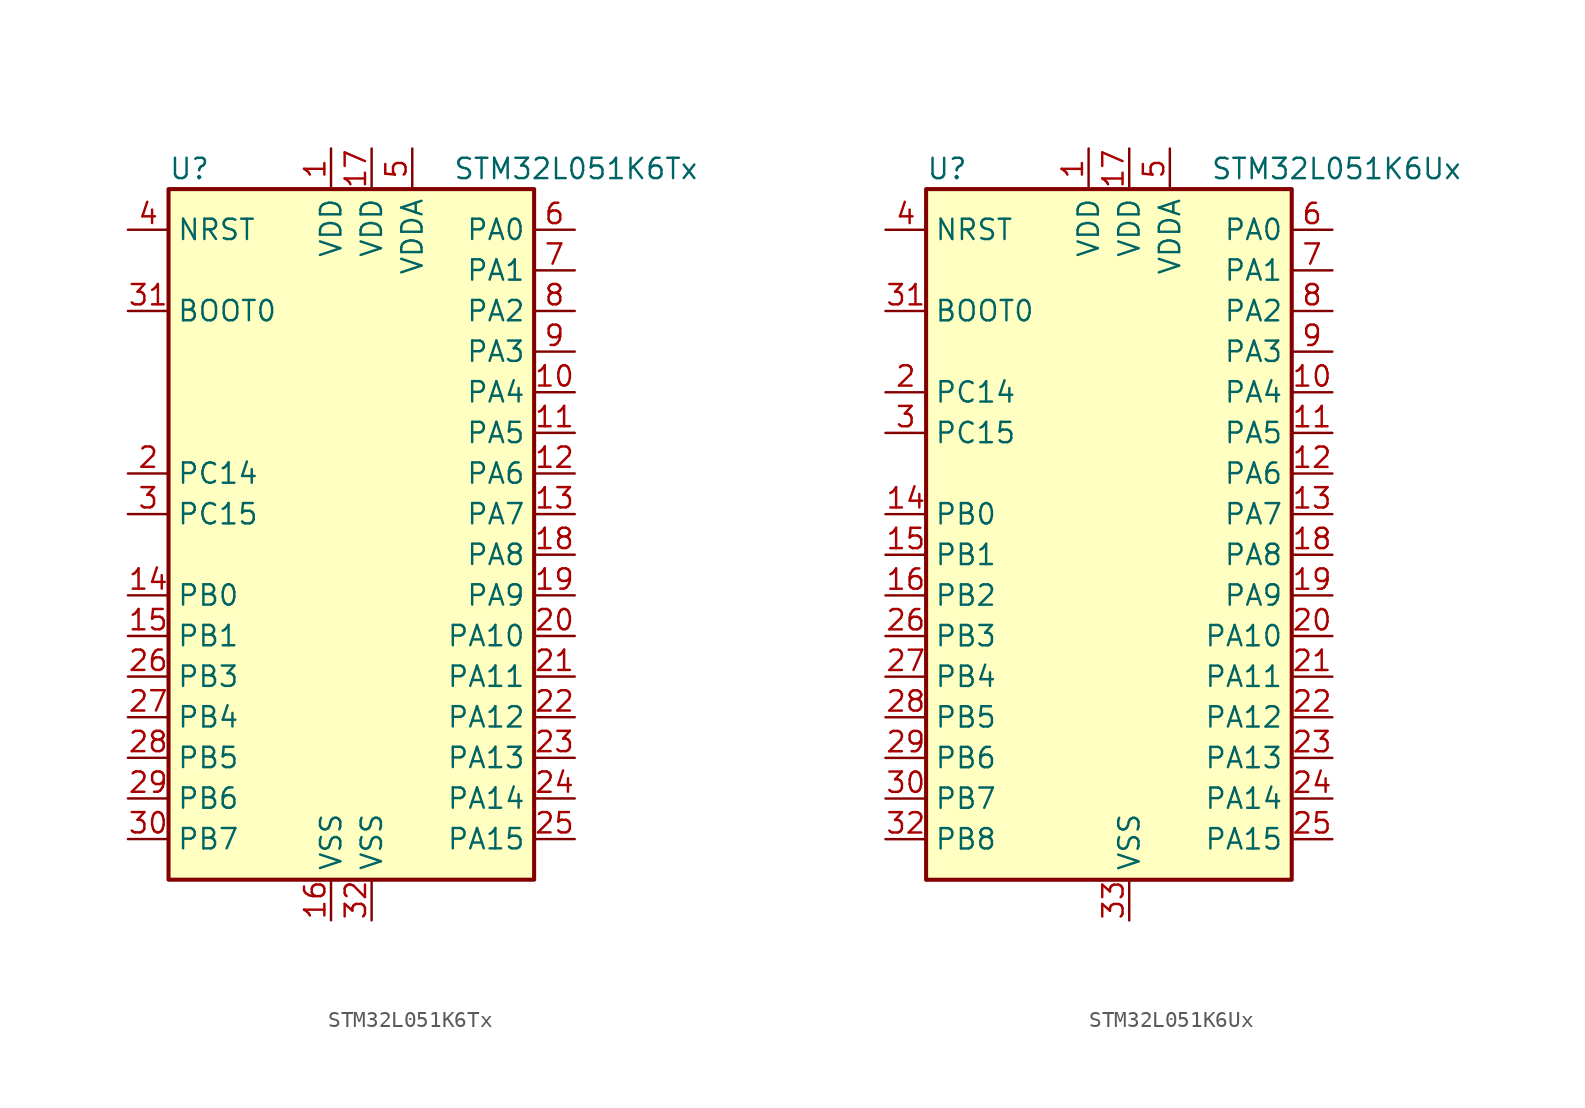
<source format=kicad_sym>
(kicad_symbol_lib
  (version 20211014)
  (generator kicad_symbol_editor)
  (symbol "STM32L051K6Tx"
    (property "Reference" "U"
      (at -12.7 21.59 0)
      (effects (font (size 1.27 1.27)) (justify left)))
    (property "Value" "STM32L051K6Tx"
      (at 5.08 21.59 0)
      (effects (font (size 1.27 1.27)) (justify left)))
    (symbol "STM32L051K6Tx_0_1"
      (rectangle (start -12.7 -22.86) (end 10.16 20.32) (stroke (width 0.254) (type default) (color 0 0 0 0)) (fill (type background))))
    (symbol "STM32L051K6Tx_1_1"
      (pin power_in line (at -2.54 22.86 270) (length 2.54) (name "VDD" (effects (font (size 1.27 1.27)))) (number "1" (effects (font (size 1.27 1.27)))))
      (pin bidirectional line (at 12.7 7.62 180) (length 2.54) (name "PA4" (effects (font (size 1.27 1.27)))) (number "10" (effects (font (size 1.27 1.27)))))
      (pin bidirectional line (at 12.7 5.08 180) (length 2.54) (name "PA5" (effects (font (size 1.27 1.27)))) (number "11" (effects (font (size 1.27 1.27)))))
      (pin bidirectional line (at 12.7 2.54 180) (length 2.54) (name "PA6" (effects (font (size 1.27 1.27)))) (number "12" (effects (font (size 1.27 1.27)))))
      (pin bidirectional line (at 12.7 0 180) (length 2.54) (name "PA7" (effects (font (size 1.27 1.27)))) (number "13" (effects (font (size 1.27 1.27)))))
      (pin bidirectional line (at -15.24 -5.08 0) (length 2.54) (name "PB0" (effects (font (size 1.27 1.27)))) (number "14" (effects (font (size 1.27 1.27)))))
      (pin bidirectional line (at -15.24 -7.62 0) (length 2.54) (name "PB1" (effects (font (size 1.27 1.27)))) (number "15" (effects (font (size 1.27 1.27)))))
      (pin power_in line (at -2.54 -25.4 90) (length 2.54) (name "VSS" (effects (font (size 1.27 1.27)))) (number "16" (effects (font (size 1.27 1.27)))))
      (pin power_in line (at 0 22.86 270) (length 2.54) (name "VDD" (effects (font (size 1.27 1.27)))) (number "17" (effects (font (size 1.27 1.27)))))
      (pin bidirectional line (at 12.7 -2.54 180) (length 2.54) (name "PA8" (effects (font (size 1.27 1.27)))) (number "18" (effects (font (size 1.27 1.27)))))
      (pin bidirectional line (at 12.7 -5.08 180) (length 2.54) (name "PA9" (effects (font (size 1.27 1.27)))) (number "19" (effects (font (size 1.27 1.27)))))
      (pin bidirectional line (at -15.24 2.54 0) (length 2.54) (name "PC14" (effects (font (size 1.27 1.27)))) (number "2" (effects (font (size 1.27 1.27)))))
      (pin bidirectional line (at 12.7 -7.62 180) (length 2.54) (name "PA10" (effects (font (size 1.27 1.27)))) (number "20" (effects (font (size 1.27 1.27)))))
      (pin bidirectional line (at 12.7 -10.16 180) (length 2.54) (name "PA11" (effects (font (size 1.27 1.27)))) (number "21" (effects (font (size 1.27 1.27)))))
      (pin bidirectional line (at 12.7 -12.7 180) (length 2.54) (name "PA12" (effects (font (size 1.27 1.27)))) (number "22" (effects (font (size 1.27 1.27)))))
      (pin bidirectional line (at 12.7 -15.24 180) (length 2.54) (name "PA13" (effects (font (size 1.27 1.27)))) (number "23" (effects (font (size 1.27 1.27)))))
      (pin bidirectional line (at 12.7 -17.78 180) (length 2.54) (name "PA14" (effects (font (size 1.27 1.27)))) (number "24" (effects (font (size 1.27 1.27)))))
      (pin bidirectional line (at 12.7 -20.32 180) (length 2.54) (name "PA15" (effects (font (size 1.27 1.27)))) (number "25" (effects (font (size 1.27 1.27)))))
      (pin bidirectional line (at -15.24 -10.16 0) (length 2.54) (name "PB3" (effects (font (size 1.27 1.27)))) (number "26" (effects (font (size 1.27 1.27)))))
      (pin bidirectional line (at -15.24 -12.7 0) (length 2.54) (name "PB4" (effects (font (size 1.27 1.27)))) (number "27" (effects (font (size 1.27 1.27)))))
      (pin bidirectional line (at -15.24 -15.24 0) (length 2.54) (name "PB5" (effects (font (size 1.27 1.27)))) (number "28" (effects (font (size 1.27 1.27)))))
      (pin bidirectional line (at -15.24 -17.78 0) (length 2.54) (name "PB6" (effects (font (size 1.27 1.27)))) (number "29" (effects (font (size 1.27 1.27)))))
      (pin bidirectional line (at -15.24 0 0) (length 2.54) (name "PC15" (effects (font (size 1.27 1.27)))) (number "3" (effects (font (size 1.27 1.27)))))
      (pin bidirectional line (at -15.24 -20.32 0) (length 2.54) (name "PB7" (effects (font (size 1.27 1.27)))) (number "30" (effects (font (size 1.27 1.27)))))
      (pin input line (at -15.24 12.7 0) (length 2.54) (name "BOOT0" (effects (font (size 1.27 1.27)))) (number "31" (effects (font (size 1.27 1.27)))))
      (pin power_in line (at 0 -25.4 90) (length 2.54) (name "VSS" (effects (font (size 1.27 1.27)))) (number "32" (effects (font (size 1.27 1.27)))))
      (pin input line (at -15.24 17.78 0) (length 2.54) (name "NRST" (effects (font (size 1.27 1.27)))) (number "4" (effects (font (size 1.27 1.27)))))
      (pin power_in line (at 2.54 22.86 270) (length 2.54) (name "VDDA" (effects (font (size 1.27 1.27)))) (number "5" (effects (font (size 1.27 1.27)))))
      (pin bidirectional line (at 12.7 17.78 180) (length 2.54) (name "PA0" (effects (font (size 1.27 1.27)))) (number "6" (effects (font (size 1.27 1.27)))))
      (pin bidirectional line (at 12.7 15.24 180) (length 2.54) (name "PA1" (effects (font (size 1.27 1.27)))) (number "7" (effects (font (size 1.27 1.27)))))
      (pin bidirectional line (at 12.7 12.7 180) (length 2.54) (name "PA2" (effects (font (size 1.27 1.27)))) (number "8" (effects (font (size 1.27 1.27)))))
      (pin bidirectional line (at 12.7 10.16 180) (length 2.54) (name "PA3" (effects (font (size 1.27 1.27)))) (number "9" (effects (font (size 1.27 1.27)))))))
  (symbol "STM32L051K6Ux"
    (property "Reference" "U"
      (at -12.7 21.59 0)
      (effects (font (size 1.27 1.27)) (justify left)))
    (property "Value" "STM32L051K6Ux"
      (at 5.08 21.59 0)
      (effects (font (size 1.27 1.27)) (justify left)))
    (symbol "STM32L051K6Ux_0_1"
      (rectangle (start -12.7 -22.86) (end 10.16 20.32) (stroke (width 0.254) (type default) (color 0 0 0 0)) (fill (type background))))
    (symbol "STM32L051K6Ux_1_1"
      (pin power_in line (at -2.54 22.86 270) (length 2.54) (name "VDD" (effects (font (size 1.27 1.27)))) (number "1" (effects (font (size 1.27 1.27)))))
      (pin bidirectional line (at 12.7 7.62 180) (length 2.54) (name "PA4" (effects (font (size 1.27 1.27)))) (number "10" (effects (font (size 1.27 1.27)))))
      (pin bidirectional line (at 12.7 5.08 180) (length 2.54) (name "PA5" (effects (font (size 1.27 1.27)))) (number "11" (effects (font (size 1.27 1.27)))))
      (pin bidirectional line (at 12.7 2.54 180) (length 2.54) (name "PA6" (effects (font (size 1.27 1.27)))) (number "12" (effects (font (size 1.27 1.27)))))
      (pin bidirectional line (at 12.7 0 180) (length 2.54) (name "PA7" (effects (font (size 1.27 1.27)))) (number "13" (effects (font (size 1.27 1.27)))))
      (pin bidirectional line (at -15.24 0 0) (length 2.54) (name "PB0" (effects (font (size 1.27 1.27)))) (number "14" (effects (font (size 1.27 1.27)))))
      (pin bidirectional line (at -15.24 -2.54 0) (length 2.54) (name "PB1" (effects (font (size 1.27 1.27)))) (number "15" (effects (font (size 1.27 1.27)))))
      (pin bidirectional line (at -15.24 -5.08 0) (length 2.54) (name "PB2" (effects (font (size 1.27 1.27)))) (number "16" (effects (font (size 1.27 1.27)))))
      (pin power_in line (at 0 22.86 270) (length 2.54) (name "VDD" (effects (font (size 1.27 1.27)))) (number "17" (effects (font (size 1.27 1.27)))))
      (pin bidirectional line (at 12.7 -2.54 180) (length 2.54) (name "PA8" (effects (font (size 1.27 1.27)))) (number "18" (effects (font (size 1.27 1.27)))))
      (pin bidirectional line (at 12.7 -5.08 180) (length 2.54) (name "PA9" (effects (font (size 1.27 1.27)))) (number "19" (effects (font (size 1.27 1.27)))))
      (pin bidirectional line (at -15.24 7.62 0) (length 2.54) (name "PC14" (effects (font (size 1.27 1.27)))) (number "2" (effects (font (size 1.27 1.27)))))
      (pin bidirectional line (at 12.7 -7.62 180) (length 2.54) (name "PA10" (effects (font (size 1.27 1.27)))) (number "20" (effects (font (size 1.27 1.27)))))
      (pin bidirectional line (at 12.7 -10.16 180) (length 2.54) (name "PA11" (effects (font (size 1.27 1.27)))) (number "21" (effects (font (size 1.27 1.27)))))
      (pin bidirectional line (at 12.7 -12.7 180) (length 2.54) (name "PA12" (effects (font (size 1.27 1.27)))) (number "22" (effects (font (size 1.27 1.27)))))
      (pin bidirectional line (at 12.7 -15.24 180) (length 2.54) (name "PA13" (effects (font (size 1.27 1.27)))) (number "23" (effects (font (size 1.27 1.27)))))
      (pin bidirectional line (at 12.7 -17.78 180) (length 2.54) (name "PA14" (effects (font (size 1.27 1.27)))) (number "24" (effects (font (size 1.27 1.27)))))
      (pin bidirectional line (at 12.7 -20.32 180) (length 2.54) (name "PA15" (effects (font (size 1.27 1.27)))) (number "25" (effects (font (size 1.27 1.27)))))
      (pin bidirectional line (at -15.24 -7.62 0) (length 2.54) (name "PB3" (effects (font (size 1.27 1.27)))) (number "26" (effects (font (size 1.27 1.27)))))
      (pin bidirectional line (at -15.24 -10.16 0) (length 2.54) (name "PB4" (effects (font (size 1.27 1.27)))) (number "27" (effects (font (size 1.27 1.27)))))
      (pin bidirectional line (at -15.24 -12.7 0) (length 2.54) (name "PB5" (effects (font (size 1.27 1.27)))) (number "28" (effects (font (size 1.27 1.27)))))
      (pin bidirectional line (at -15.24 -15.24 0) (length 2.54) (name "PB6" (effects (font (size 1.27 1.27)))) (number "29" (effects (font (size 1.27 1.27)))))
      (pin bidirectional line (at -15.24 5.08 0) (length 2.54) (name "PC15" (effects (font (size 1.27 1.27)))) (number "3" (effects (font (size 1.27 1.27)))))
      (pin bidirectional line (at -15.24 -17.78 0) (length 2.54) (name "PB7" (effects (font (size 1.27 1.27)))) (number "30" (effects (font (size 1.27 1.27)))))
      (pin input line (at -15.24 12.7 0) (length 2.54) (name "BOOT0" (effects (font (size 1.27 1.27)))) (number "31" (effects (font (size 1.27 1.27)))))
      (pin bidirectional line (at -15.24 -20.32 0) (length 2.54) (name "PB8" (effects (font (size 1.27 1.27)))) (number "32" (effects (font (size 1.27 1.27)))))
      (pin power_in line (at 0 -25.4 90) (length 2.54) (name "VSS" (effects (font (size 1.27 1.27)))) (number "33" (effects (font (size 1.27 1.27)))))
      (pin input line (at -15.24 17.78 0) (length 2.54) (name "NRST" (effects (font (size 1.27 1.27)))) (number "4" (effects (font (size 1.27 1.27)))))
      (pin power_in line (at 2.54 22.86 270) (length 2.54) (name "VDDA" (effects (font (size 1.27 1.27)))) (number "5" (effects (font (size 1.27 1.27)))))
      (pin bidirectional line (at 12.7 17.78 180) (length 2.54) (name "PA0" (effects (font (size 1.27 1.27)))) (number "6" (effects (font (size 1.27 1.27)))))
      (pin bidirectional line (at 12.7 15.24 180) (length 2.54) (name "PA1" (effects (font (size 1.27 1.27)))) (number "7" (effects (font (size 1.27 1.27)))))
      (pin bidirectional line (at 12.7 12.7 180) (length 2.54) (name "PA2" (effects (font (size 1.27 1.27)))) (number "8" (effects (font (size 1.27 1.27)))))
      (pin bidirectional line (at 12.7 10.16 180) (length 2.54) (name "PA3" (effects (font (size 1.27 1.27)))) (number "9" (effects (font (size 1.27 1.27))))))))
</source>
